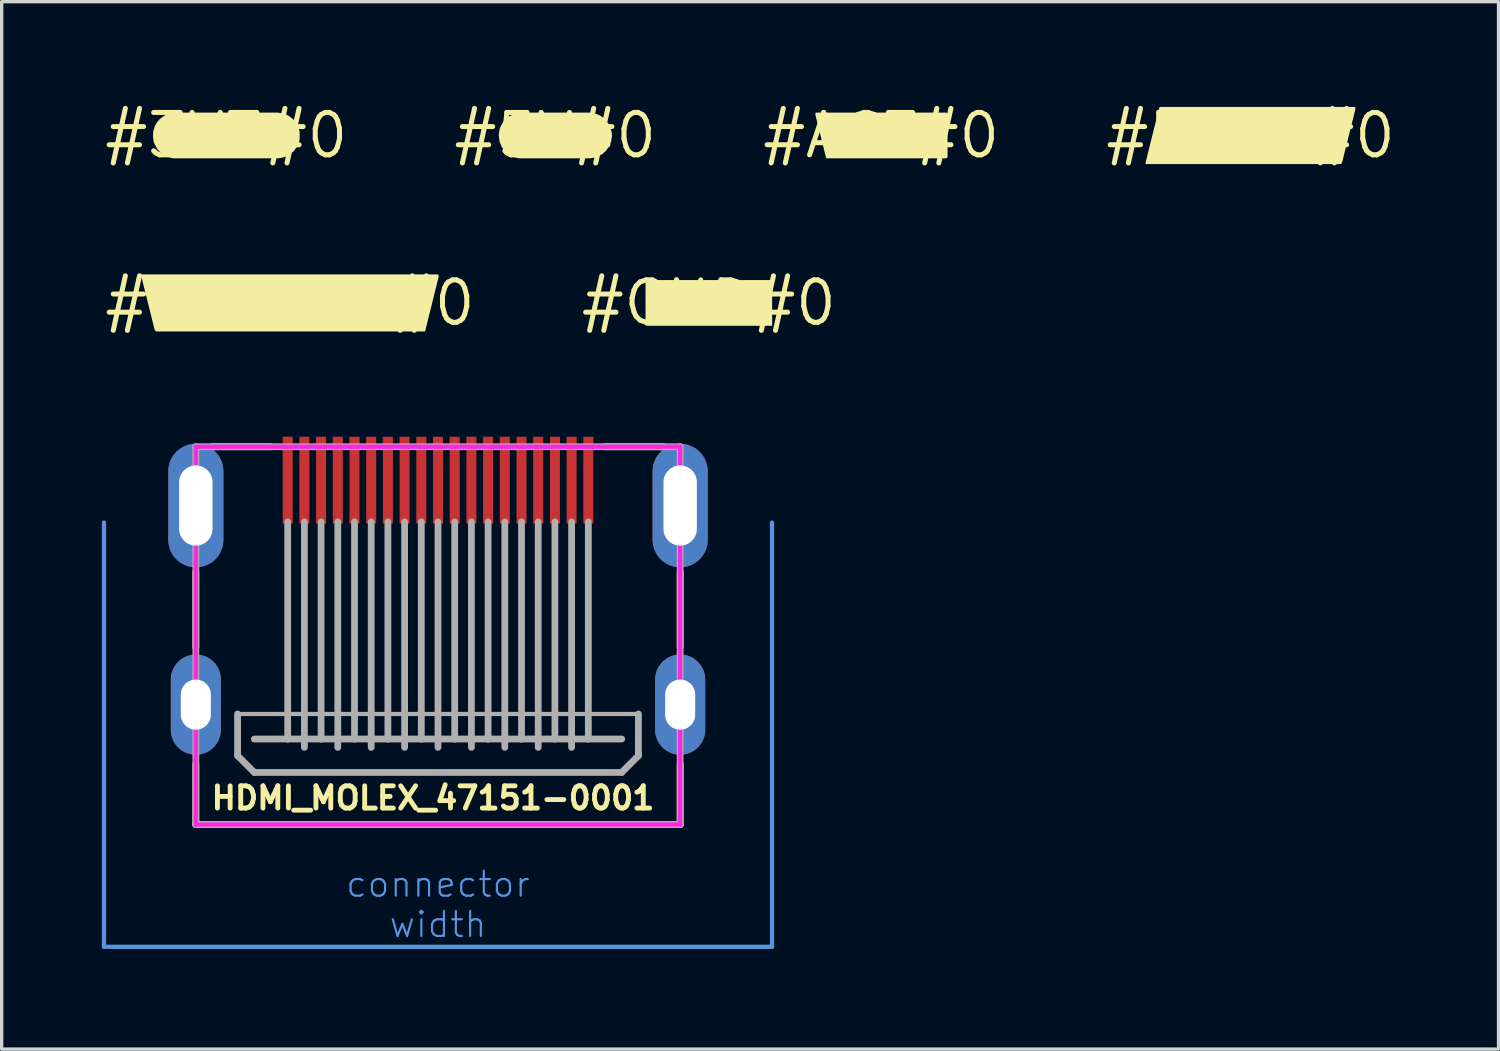
<source format=kicad_pcb>
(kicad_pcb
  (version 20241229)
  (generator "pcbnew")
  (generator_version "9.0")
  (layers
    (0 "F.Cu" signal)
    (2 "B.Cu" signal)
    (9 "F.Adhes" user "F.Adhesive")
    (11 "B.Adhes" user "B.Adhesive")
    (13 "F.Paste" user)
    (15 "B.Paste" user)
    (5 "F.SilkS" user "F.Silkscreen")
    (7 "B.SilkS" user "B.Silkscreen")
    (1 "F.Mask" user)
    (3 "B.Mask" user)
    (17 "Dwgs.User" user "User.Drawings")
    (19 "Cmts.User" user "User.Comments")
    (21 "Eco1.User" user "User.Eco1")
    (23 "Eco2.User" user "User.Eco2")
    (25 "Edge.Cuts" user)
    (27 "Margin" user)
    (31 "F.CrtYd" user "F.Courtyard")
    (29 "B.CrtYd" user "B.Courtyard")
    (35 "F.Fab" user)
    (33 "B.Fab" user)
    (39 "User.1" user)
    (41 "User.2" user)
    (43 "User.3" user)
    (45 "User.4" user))
  (footprint "#CAMERA#0"
    (layer "F.Cu")
    (at 5.632 6.019)
    (property "Reference" "#CAMERA#0" (at 0 0 0) (layer "F.SilkS") (effects (font (size 1.27 1.27) (thickness 0.15))))
    (fp_poly (pts (xy -2.126 -0.124) (xy -2.055 0.029) (xy -2.055 0.085) (xy -2.236 0.085) (xy -2.225 0.019) (xy -2.152 -0.137)) (stroke (width 0) (type default)) (fill yes) (layer "F.SilkS"))
    (fp_poly (pts (xy 3.234 -0.112) (xy 3.306 0.04) (xy 3.283 0.085) (xy 3.102 0.085) (xy 3.135 0.008) (xy 3.209 -0.15)) (stroke (width 0) (type default)) (fill yes) (layer "F.SilkS"))
    (fp_poly (pts (xy 4.433 -0.855) (xy 4.455 -0.8) (xy 4.044 0.855) (xy -4.013 0.855) (xy -4.055 0.792) (xy -4.445 -0.769) (xy -4.466 -0.855)) (stroke (width 0) (type default)) (fill yes) (layer "F.SilkS"))
    (fp_poly (pts (xy 2.043 -0.304) (xy 2.095 -0.242) (xy 2.115 -0.149) (xy 2.074 -0.076) (xy 2.002 -0.035) (xy 1.92 -0.025) (xy 1.828 -0.025) (xy 1.755 -0.098) (xy 1.755 -0.261) (xy 1.787 -0.325) (xy 1.961 -0.325)) (stroke (width 0) (type default)) (fill yes) (layer "F.SilkS")))
  (footprint "#GND#0"
    (layer "F.Cu")
    (at 18.171 6.019)
    (property "Reference" "#GND#0" (at 0 0 0) (layer "F.SilkS") (effects (font (size 1.27 1.27) (thickness 0.15))))
    (fp_poly (pts (xy 1.83 -0.685) (xy 1.895 -0.674) (xy 1.895 0.685) (xy -1.83 0.685) (xy -1.895 0.674) (xy -1.895 -0.685)) (stroke (width 0) (type default)) (fill yes) (layer "F.SilkS"))
    (fp_poly (pts (xy 1.053 -0.224) (xy 1.104 -0.184) (xy 1.144 -0.133) (xy 1.175 -0.072) (xy 1.185 0) (xy 1.175 0.072) (xy 1.144 0.133) (xy 1.094 0.184) (xy 1.043 0.234) (xy 1.021 0.245) (xy 0.816 0.245) (xy 0.805 0.18) (xy 0.805 -0.223) (xy 0.848 -0.255) (xy 0.991 -0.255)) (stroke (width 0) (type default)) (fill yes) (layer "F.SilkS")))
  (footprint "#BOOT#0"
    (layer "F.Cu")
    (at 34.391 1.006)
    (property "Reference" "#BOOT#0" (at 0 0 0) (layer "F.SilkS") (effects (font (size 1.27 1.27) (thickness 0.15))))
    (fp_poly (pts (xy 3.135 -0.779) (xy 2.745 0.782) (xy 2.713 0.855) (xy -3.146 0.855) (xy -3.135 0.769) (xy -2.745 -0.789) (xy -2.746 -0.789) (xy -2.745 -0.791) (xy -2.742 -0.801) (xy -2.742 -0.801) (xy -2.724 -0.855) (xy 3.135 -0.855)) (stroke (width 0) (type default)) (fill yes) (layer "F.SilkS"))
    (fp_poly (pts (xy -2.045 -0.283) (xy -2.035 -0.188) (xy -2.078 -0.145) (xy -2.178 -0.135) (xy -2.235 -0.097) (xy -2.245 -0.001) (xy -2.207 0.065) (xy -2.129 0.075) (xy -2.047 0.096) (xy -1.995 0.159) (xy -2.005 0.232) (xy -2.047 0.295) (xy -2.13 0.305) (xy -2.3 0.305) (xy -2.375 0.294) (xy -2.375 -0.315) (xy -2.119 -0.315)) (stroke (width 0) (type default)) (fill yes) (layer "F.SilkS"))
    (fp_poly (pts (xy -0.778 -0.315) (xy -0.707 -0.274) (xy -0.646 -0.203) (xy -0.605 -0.132) (xy -0.595 -0.05) (xy -0.595 0.051) (xy -0.615 0.132) (xy -0.666 0.203) (xy -0.727 0.254) (xy -0.809 0.295) (xy -0.89 0.305) (xy -0.971 0.305) (xy -1.043 0.264) (xy -1.113 0.214) (xy -1.185 0.153) (xy -1.205 0.05) (xy -1.205 -0.041) (xy -1.185 -0.132) (xy -1.154 -0.203) (xy -1.093 -0.264) (xy -1.022 -0.314) (xy -0.941 -0.345) (xy -0.859 -0.345)) (stroke (width 0) (type default)) (fill yes) (layer "F.SilkS"))
    (fp_poly (pts (xy 0.581 -0.335) (xy 0.662 -0.315) (xy 0.733 -0.264) (xy 0.794 -0.193) (xy 0.825 -0.121) (xy 0.835 -0.03) (xy 0.835 0.061) (xy 0.805 0.142) (xy 0.764 0.213) (xy 0.692 0.264) (xy 0.611 0.295) (xy 0.53 0.305) (xy 0.449 0.295) (xy 0.367 0.264) (xy 0.306 0.204) (xy 0.246 0.144) (xy 0.225 0.122) (xy 0.225 -0.051) (xy 0.245 -0.142) (xy 0.286 -0.213) (xy 0.347 -0.274) (xy 0.418 -0.325) (xy 0.5 -0.345)) (stroke (width 0) (type default)) (fill yes) (layer "F.SilkS")))
  (footprint "#ACT#0"
    (layer "F.Cu")
    (at 23.333 1.006)
    (property "Reference" "#ACT#0" (at 0 0 0) (layer "F.SilkS") (effects (font (size 1.27 1.27) (thickness 0.15))))
    (fp_poly (pts (xy -1.136 -0.103) (xy -1.075 0.03) (xy -1.086 0.075) (xy -1.226 0.075) (xy -1.215 0.018) (xy -1.152 -0.119)) (stroke (width 0) (type default)) (fill yes) (layer "F.SilkS"))
    (fp_poly (pts (xy 1.985 -0.652) (xy 1.985 0.642) (xy 1.952 0.685) (xy -1.644 0.685) (xy -1.662 0.63) (xy -1.662 0.631) (xy -1.665 0.621) (xy -1.666 0.619) (xy -1.665 0.619) (xy -1.975 -0.63) (xy -1.964 -0.685) (xy 1.952 -0.685)) (stroke (width 0) (type default)) (fill yes) (layer "F.SilkS")))
  (footprint "#3V3#0"
    (layer "F.Cu")
    (at 3.727 1.006)
    (property "Reference" "#3V3#0" (at 0 0 0) (layer "F.SilkS") (effects (font (size 1.27 1.27) (thickness 0.15))))
    (fp_poly (pts (xy 1.53 -0.685) (xy 1.591 -0.675) (xy 1.661 -0.665) (xy 1.731 -0.645) (xy 1.792 -0.625) (xy 1.853 -0.594) (xy 1.913 -0.554) (xy 1.963 -0.514) (xy 2.014 -0.473) (xy 2.054 -0.413) (xy 2.094 -0.363) (xy 2.155 -0.242) (xy 2.175 -0.171) (xy 2.195 -0.111) (xy 2.195 0.09) (xy 2.185 0.161) (xy 2.165 0.232) (xy 2.104 0.353) (xy 2.064 0.403) (xy 2.024 0.463) (xy 1.973 0.504) (xy 1.923 0.554) (xy 1.863 0.584) (xy 1.802 0.625) (xy 1.741 0.645) (xy 1.671 0.665) (xy 1.611 0.675) (xy 1.54 0.685) (xy -1.57 0.685) (xy -1.641 0.675) (xy -1.701 0.655) (xy -1.772 0.635) (xy -1.893 0.574) (xy -1.943 0.534) (xy -1.994 0.484) (xy -2.044 0.433) (xy -2.084 0.383) (xy -2.114 0.322) (xy -2.145 0.262) (xy -2.175 0.191) (xy -2.185 0.131) (xy -2.195 0.06) (xy -2.195 -0.07) (xy -2.185 -0.141) (xy -2.165 -0.201) (xy -2.145 -0.272) (xy -2.114 -0.333) (xy -2.074 -0.393) (xy -2.034 -0.443) (xy -1.993 -0.494) (xy -1.933 -0.534) (xy -1.883 -0.574) (xy -1.822 -0.615) (xy -1.761 -0.635) (xy -1.691 -0.655) (xy -1.631 -0.675) (xy -1.56 -0.685)) (stroke (width 0) (type default)) (fill yes) (layer "F.SilkS")))
  (footprint "#5V#0"
    (layer "F.Cu")
    (at 13.575 1.006)
    (property "Reference" "#5V#0" (at 0 0 0) (layer "F.SilkS") (effects (font (size 1.27 1.27) (thickness 0.15))))
    (fp_poly (pts (xy 1.02 -0.685) (xy 1.091 -0.675) (xy 1.151 -0.665) (xy 1.221 -0.645) (xy 1.282 -0.625) (xy 1.343 -0.594) (xy 1.403 -0.554) (xy 1.453 -0.514) (xy 1.504 -0.473) (xy 1.544 -0.413) (xy 1.584 -0.363) (xy 1.625 -0.302) (xy 1.645 -0.241) (xy 1.665 -0.171) (xy 1.685 -0.111) (xy 1.695 -0.04) (xy 1.695 0.03) (xy 1.685 0.091) (xy 1.675 0.161) (xy 1.655 0.232) (xy 1.594 0.353) (xy 1.554 0.403) (xy 1.514 0.463) (xy 1.463 0.504) (xy 1.413 0.554) (xy 1.232 0.645) (xy 1.171 0.665) (xy 1.101 0.675) (xy 1.03 0.685) (xy -1.06 0.685) (xy -1.131 0.675) (xy -1.201 0.655) (xy -1.262 0.635) (xy -1.383 0.574) (xy -1.433 0.534) (xy -1.484 0.484) (xy -1.534 0.433) (xy -1.574 0.383) (xy -1.615 0.322) (xy -1.635 0.262) (xy -1.665 0.202) (xy -1.675 0.131) (xy -1.685 0.061) (xy -1.695 0.000059) (xy -1.685 -0.071) (xy -1.675 -0.141) (xy -1.665 -0.201) (xy -1.635 -0.272) (xy -1.604 -0.332) (xy -1.574 -0.383) (xy -1.534 -0.443) (xy -1.483 -0.494) (xy -1.433 -0.534) (xy -1.373 -0.574) (xy -1.252 -0.635) (xy -1.191 -0.655) (xy -1.121 -0.675) (xy -1.06 -0.685)) (stroke (width 0) (type default)) (fill yes) (layer "F.SilkS")))
  (footprint "HDMI_MOLEX_47151-0001"
    (layer "F.Cu")
    (at 10.063 11.325)
    (property "Reference" "HDMI_MOLEX_47151-0001" (at -6.858 9.906 0) (layer "F.SilkS") (effects (font (size 0.666 0.666) (thickness 0.146)) (justify left bottom)))
    (fp_line (start -7.25 5) (end -7.25 2.75) (stroke (width 0.203) (type solid)) (layer "F.SilkS"))
    (fp_line (start -7.25 10.31) (end -7.25 8.5) (stroke (width 0.203) (type solid)) (layer "F.SilkS"))
    (fp_line (start -7.25 10.31) (end 7.25 10.31) (stroke (width 0.203) (type solid)) (layer "F.SilkS"))
    (fp_line (start -6.75 -1) (end -5 -1) (stroke (width 0.203) (type solid)) (layer "F.SilkS"))
    (fp_line (start 5 -1) (end 6.75 -1) (stroke (width 0.203) (type solid)) (layer "F.SilkS"))
    (fp_line (start 7.25 5) (end 7.25 2.75) (stroke (width 0.203) (type solid)) (layer "F.SilkS"))
    (fp_line (start 7.25 10.31) (end 7.25 8.5) (stroke (width 0.203) (type solid)) (layer "F.SilkS"))
    (fp_line (start -10 1.27) (end -10 13.97) (stroke (width 0.127) (type solid)) (layer "Cmts.User"))
    (fp_line (start -10 13.97) (end 10 13.97) (stroke (width 0.127) (type solid)) (layer "Cmts.User"))
    (fp_line (start 10 13.97) (end 10 1.27) (stroke (width 0.127) (type solid)) (layer "Cmts.User"))
    (fp_line (start -7.25 -1) (end 7.25 -1) (stroke (width 0.127) (type solid)) (layer "F.CrtYd"))
    (fp_line (start -7.25 10.31) (end -7.25 -1) (stroke (width 0.127) (type solid)) (layer "F.CrtYd"))
    (fp_line (start -7.25 10.31) (end 7.25 10.31) (stroke (width 0.127) (type solid)) (layer "F.CrtYd"))
    (fp_line (start 7.25 10.31) (end 7.25 -1) (stroke (width 0.127) (type solid)) (layer "F.CrtYd"))
    (fp_line (start -7.25 -1) (end 7.25 -1) (stroke (width 0.203) (type solid)) (layer "F.Fab"))
    (fp_line (start -7.25 10.31) (end -7.25 -1) (stroke (width 0.203) (type solid)) (layer "F.Fab"))
    (fp_line (start -7.25 10.31) (end 7.25 10.31) (stroke (width 0.203) (type solid)) (layer "F.Fab"))
    (fp_line (start -6 7) (end 6 7) (stroke (width 0.127) (type solid)) (layer "F.Fab"))
    (fp_line (start -6 8.25) (end -6 7) (stroke (width 0.203) (type solid)) (layer "F.Fab"))
    (fp_line (start -5.5 7.75) (end -4.5 7.75) (stroke (width 0.203) (type solid)) (layer "F.Fab"))
    (fp_line (start -5.5 8.75) (end -6 8.25) (stroke (width 0.203) (type solid)) (layer "F.Fab"))
    (fp_line (start -4.5 1.25) (end -4.5 7.75) (stroke (width 0.203) (type solid)) (layer "F.Fab"))
    (fp_line (start -4.5 7.75) (end -4 7.75) (stroke (width 0.203) (type solid)) (layer "F.Fab"))
    (fp_line (start -4 1.25) (end -4 7.75) (stroke (width 0.203) (type solid)) (layer "F.Fab"))
    (fp_line (start -4 7.75) (end -4 8) (stroke (width 0.203) (type solid)) (layer "F.Fab"))
    (fp_line (start -4 7.75) (end -3.5 7.75) (stroke (width 0.203) (type solid)) (layer "F.Fab"))
    (fp_line (start -3.5 1.25) (end -3.5 7.75) (stroke (width 0.203) (type solid)) (layer "F.Fab"))
    (fp_line (start -3.5 7.75) (end -3 7.75) (stroke (width 0.203) (type solid)) (layer "F.Fab"))
    (fp_line (start -3 1.25) (end -3 7.75) (stroke (width 0.203) (type solid)) (layer "F.Fab"))
    (fp_line (start -3 7.75) (end -3 8) (stroke (width 0.203) (type solid)) (layer "F.Fab"))
    (fp_line (start -3 7.75) (end -2.5 7.75) (stroke (width 0.203) (type solid)) (layer "F.Fab"))
    (fp_line (start -2.5 1.25) (end -2.5 7.75) (stroke (width 0.203) (type solid)) (layer "F.Fab"))
    (fp_line (start -2.5 7.75) (end -2 7.75) (stroke (width 0.203) (type solid)) (layer "F.Fab"))
    (fp_line (start -2 1.25) (end -2 7.75) (stroke (width 0.203) (type solid)) (layer "F.Fab"))
    (fp_line (start -2 7.75) (end -2 8) (stroke (width 0.203) (type solid)) (layer "F.Fab"))
    (fp_line (start -2 7.75) (end -1.5 7.75) (stroke (width 0.203) (type solid)) (layer "F.Fab"))
    (fp_line (start -1.5 1.25) (end -1.5 7.75) (stroke (width 0.203) (type solid)) (layer "F.Fab"))
    (fp_line (start -1.5 7.75) (end -1 7.75) (stroke (width 0.203) (type solid)) (layer "F.Fab"))
    (fp_line (start -1 1.25) (end -1 7.75) (stroke (width 0.203) (type solid)) (layer "F.Fab"))
    (fp_line (start -1 7.75) (end -1 8) (stroke (width 0.203) (type solid)) (layer "F.Fab"))
    (fp_line (start -1 7.75) (end -0.5 7.75) (stroke (width 0.203) (type solid)) (layer "F.Fab"))
    (fp_line (start -0.5 1.25) (end -0.5 7.75) (stroke (width 0.203) (type solid)) (layer "F.Fab"))
    (fp_line (start -0.5 7.75) (end 0 7.75) (stroke (width 0.203) (type solid)) (layer "F.Fab"))
    (fp_line (start 0 1.25) (end 0 7.75) (stroke (width 0.203) (type solid)) (layer "F.Fab"))
    (fp_line (start 0 7.75) (end 0 8) (stroke (width 0.203) (type solid)) (layer "F.Fab"))
    (fp_line (start 0 7.75) (end 0.5 7.75) (stroke (width 0.203) (type solid)) (layer "F.Fab"))
    (fp_line (start 0.5 1.25) (end 0.5 7.75) (stroke (width 0.203) (type solid)) (layer "F.Fab"))
    (fp_line (start 0.5 7.75) (end 1 7.75) (stroke (width 0.203) (type solid)) (layer "F.Fab"))
    (fp_line (start 1 1.25) (end 1 7.75) (stroke (width 0.203) (type solid)) (layer "F.Fab"))
    (fp_line (start 1 7.75) (end 1 8) (stroke (width 0.203) (type solid)) (layer "F.Fab"))
    (fp_line (start 1 7.75) (end 1.5 7.75) (stroke (width 0.203) (type solid)) (layer "F.Fab"))
    (fp_line (start 1.5 1.25) (end 1.5 7.75) (stroke (width 0.203) (type solid)) (layer "F.Fab"))
    (fp_line (start 1.5 7.75) (end 2 7.75) (stroke (width 0.203) (type solid)) (layer "F.Fab"))
    (fp_line (start 2 1.25) (end 2 7.75) (stroke (width 0.203) (type solid)) (layer "F.Fab"))
    (fp_line (start 2 7.75) (end 2 8) (stroke (width 0.203) (type solid)) (layer "F.Fab"))
    (fp_line (start 2 7.75) (end 2.5 7.75) (stroke (width 0.203) (type solid)) (layer "F.Fab"))
    (fp_line (start 2.5 1.25) (end 2.5 7.75) (stroke (width 0.203) (type solid)) (layer "F.Fab"))
    (fp_line (start 2.5 7.75) (end 3 7.75) (stroke (width 0.203) (type solid)) (layer "F.Fab"))
    (fp_line (start 3 1.25) (end 3 7.75) (stroke (width 0.203) (type solid)) (layer "F.Fab"))
    (fp_line (start 3 7.75) (end 3 8) (stroke (width 0.203) (type solid)) (layer "F.Fab"))
    (fp_line (start 3 7.75) (end 3.5 7.75) (stroke (width 0.203) (type solid)) (layer "F.Fab"))
    (fp_line (start 3.5 1.25) (end 3.5 7.75) (stroke (width 0.203) (type solid)) (layer "F.Fab"))
    (fp_line (start 3.5 7.75) (end 4 7.75) (stroke (width 0.203) (type solid)) (layer "F.Fab"))
    (fp_line (start 4 1.25) (end 4 7.75) (stroke (width 0.203) (type solid)) (layer "F.Fab"))
    (fp_line (start 4 7.75) (end 4 8) (stroke (width 0.203) (type solid)) (layer "F.Fab"))
    (fp_line (start 4 7.75) (end 4.5 7.75) (stroke (width 0.203) (type solid)) (layer "F.Fab"))
    (fp_line (start 4.5 1.25) (end 4.5 7.75) (stroke (width 0.203) (type solid)) (layer "F.Fab"))
    (fp_line (start 4.5 7.75) (end 5.5 7.75) (stroke (width 0.203) (type solid)) (layer "F.Fab"))
    (fp_line (start 5.5 8.75) (end -5.5 8.75) (stroke (width 0.203) (type solid)) (layer "F.Fab"))
    (fp_line (start 6 7) (end 6 8.25) (stroke (width 0.203) (type solid)) (layer "F.Fab"))
    (fp_line (start 6 8.25) (end 5.5 8.75) (stroke (width 0.203) (type solid)) (layer "F.Fab"))
    (fp_line (start 7.25 10.31) (end 7.25 -1) (stroke (width 0.203) (type solid)) (layer "F.Fab"))
    (fp_text user "connector\nwidth" (at 0 12.7 0) (layer "Cmts.User") (effects (font (size 0.748 0.748) (thickness 0.065))))
    (pad "1" smd rect (at 4.5 0) (size 0.3 2.6) (layers "F.Cu" "F.Mask" "F.Paste"))
    (pad "2" smd rect (at 4 0) (size 0.3 2.6) (layers "F.Cu" "F.Mask" "F.Paste"))
    (pad "3" smd rect (at 3.5 0) (size 0.3 2.6) (layers "F.Cu" "F.Mask" "F.Paste"))
    (pad "4" smd rect (at 3 0) (size 0.3 2.6) (layers "F.Cu" "F.Mask" "F.Paste"))
    (pad "5" smd rect (at 2.5 0) (size 0.3 2.6) (layers "F.Cu" "F.Mask" "F.Paste"))
    (pad "6" smd rect (at 2 0) (size 0.3 2.6) (layers "F.Cu" "F.Mask" "F.Paste"))
    (pad "7" smd rect (at 1.5 0) (size 0.3 2.6) (layers "F.Cu" "F.Mask" "F.Paste"))
    (pad "8" smd rect (at 1 0) (size 0.3 2.6) (layers "F.Cu" "F.Mask" "F.Paste"))
    (pad "9" smd rect (at 0.5 0) (size 0.3 2.6) (layers "F.Cu" "F.Mask" "F.Paste"))
    (pad "10" smd rect (at 0 0) (size 0.3 2.6) (layers "F.Cu" "F.Mask" "F.Paste"))
    (pad "11" smd rect (at -0.5 0) (size 0.3 2.6) (layers "F.Cu" "F.Mask" "F.Paste"))
    (pad "12" smd rect (at -1 0) (size 0.3 2.6) (layers "F.Cu" "F.Mask" "F.Paste"))
    (pad "13" smd rect (at -1.5 0) (size 0.3 2.6) (layers "F.Cu" "F.Mask" "F.Paste"))
    (pad "14" smd rect (at -2 0) (size 0.3 2.6) (layers "F.Cu" "F.Mask" "F.Paste"))
    (pad "15" smd rect (at -2.5 0) (size 0.3 2.6) (layers "F.Cu" "F.Mask" "F.Paste"))
    (pad "16" smd rect (at -3 0) (size 0.3 2.6) (layers "F.Cu" "F.Mask" "F.Paste"))
    (pad "17" smd rect (at -3.5 0) (size 0.3 2.6) (layers "F.Cu" "F.Mask" "F.Paste"))
    (pad "18" smd rect (at -4 0) (size 0.3 2.6) (layers "F.Cu" "F.Mask" "F.Paste"))
    (pad "19" smd rect (at -4.5 0) (size 0.3 2.6) (layers "F.Cu" "F.Mask" "F.Paste"))
    (pad "P$1" thru_hole oval (at -7.25 0.76 90) (size 3.7 1.65) (drill oval 2.4 1) (layers "*.Cu" "*.Mask"))
    (pad "P$2" thru_hole oval (at 7.25 0.76 90) (size 3.7 1.65) (drill oval 2.4 1) (layers "*.Cu" "*.Mask"))
    (pad "P$3" thru_hole oval (at 7.25 6.72 90) (size 3 1.5) (drill oval 1.5 0.9) (layers "*.Cu" "*.Mask"))
    (pad "P$4" thru_hole oval (at -7.25 6.72 90) (size 3 1.5) (drill oval 1.5 0.9) (layers "*.Cu" "*.Mask")))
  (gr_rect
    (start -3 -3)
    (end 41.813 28.358)
    (stroke (width 0.1) (type default))
    (fill no)
    (layer "Edge.Cuts")))
</source>
